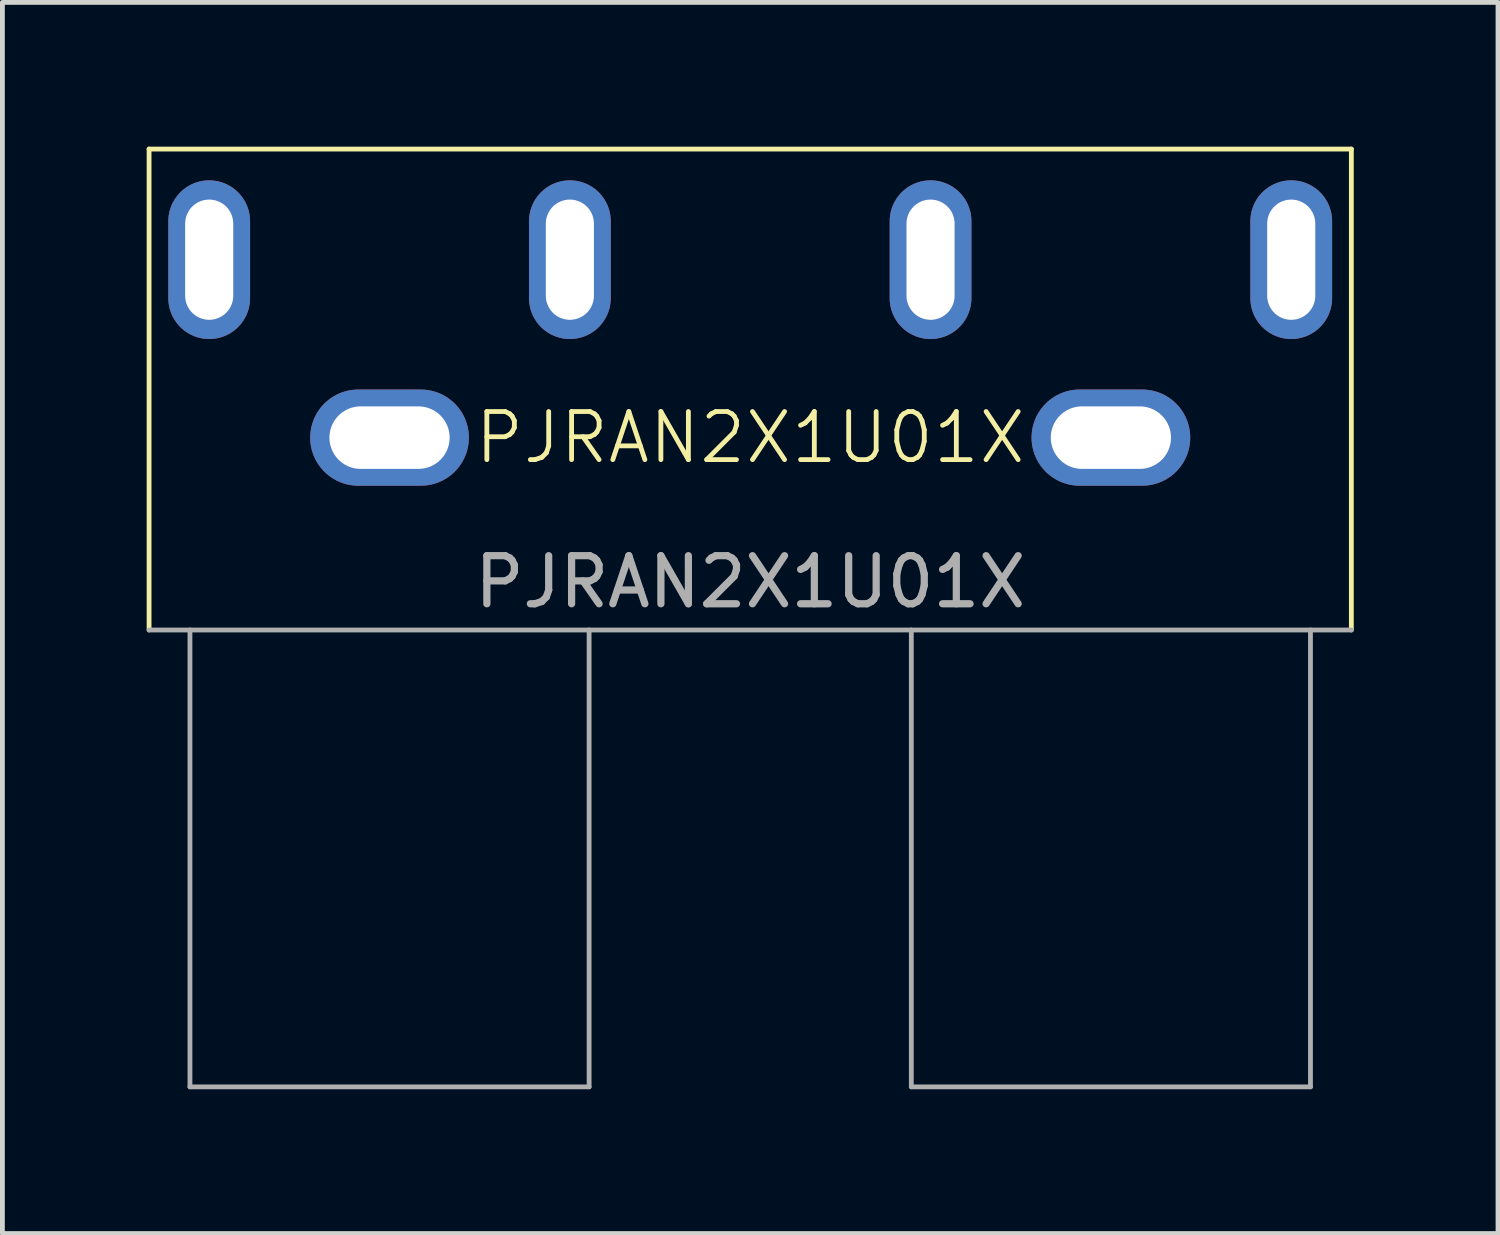
<source format=kicad_pcb>
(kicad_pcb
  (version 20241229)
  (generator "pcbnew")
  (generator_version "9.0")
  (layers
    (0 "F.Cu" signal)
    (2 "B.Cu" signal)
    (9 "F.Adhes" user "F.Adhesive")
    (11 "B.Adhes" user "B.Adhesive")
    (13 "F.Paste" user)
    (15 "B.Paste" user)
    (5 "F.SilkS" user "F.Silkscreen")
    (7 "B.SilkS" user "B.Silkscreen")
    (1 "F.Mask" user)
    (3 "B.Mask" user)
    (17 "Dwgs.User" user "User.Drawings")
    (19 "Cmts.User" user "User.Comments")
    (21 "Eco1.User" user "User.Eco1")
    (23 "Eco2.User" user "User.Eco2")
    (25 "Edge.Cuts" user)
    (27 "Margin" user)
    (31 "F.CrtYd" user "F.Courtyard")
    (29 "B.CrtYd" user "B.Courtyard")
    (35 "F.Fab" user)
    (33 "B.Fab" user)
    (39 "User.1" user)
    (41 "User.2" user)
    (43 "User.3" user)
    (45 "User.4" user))
  (footprint "PJRAN2X1U01X"
    (layer "F.Cu")
    (at 12.55 10.05)
    (property "Reference" "PJRAN2X1U01X" (at 0 -4 0) (unlocked yes) (layer "F.SilkS") (effects (font (size 1 1) (thickness 0.1))))
    (attr through_hole)
    (fp_line (start -12.5 -10) (end -12.5 0) (stroke (width 0.1) (type default)) (layer "F.SilkS"))
    (fp_line (start 12.5 -10) (end -12.5 -10) (stroke (width 0.1) (type default)) (layer "F.SilkS"))
    (fp_line (start 12.5 0) (end 12.5 -10) (stroke (width 0.1) (type default)) (layer "F.SilkS"))
    (fp_line (start -12.5 0) (end 12.5 0) (stroke (width 0.1) (type default)) (layer "F.Fab"))
    (fp_line (start -11.65 0) (end -11.65 9.5) (stroke (width 0.1) (type default)) (layer "F.Fab"))
    (fp_line (start -3.35 0) (end -3.35 9.5) (stroke (width 0.1) (type default)) (layer "F.Fab"))
    (fp_line (start -3.35 9.5) (end -11.65 9.5) (stroke (width 0.1) (type default)) (layer "F.Fab"))
    (fp_line (start 3.35 0) (end 3.35 9.5) (stroke (width 0.1) (type default)) (layer "F.Fab"))
    (fp_line (start 11.65 0) (end 11.65 9.5) (stroke (width 0.1) (type default)) (layer "F.Fab"))
    (fp_line (start 11.65 9.5) (end 3.35 9.5) (stroke (width 0.1) (type default)) (layer "F.Fab"))
    (fp_text user "${REFERENCE}" (at 0 -1 0) (unlocked yes) (layer "F.Fab") (effects (font (size 1 1) (thickness 0.15))))
    (pad "1" thru_hole oval (at 3.75 -7.7 90) (size 3.3 1.7) (drill oval 2.5 1) (layers "*.Cu" "*.Mask"))
    (pad "1" thru_hole oval (at 11.25 -7.7 90) (size 3.3 1.7) (drill oval 2.5 1) (layers "*.Cu" "*.Mask"))
    (pad "2" thru_hole oval (at -11.25 -7.7 90) (size 3.3 1.7) (drill oval 2.5 1) (layers "*.Cu" "*.Mask"))
    (pad "2" thru_hole oval (at -3.75 -7.7 90) (size 3.3 1.7) (drill oval 2.5 1) (layers "*.Cu" "*.Mask"))
    (pad "3" thru_hole oval (at -7.5 -4) (size 3.3 2) (drill oval 2.5 1.3) (layers "*.Cu" "*.Mask"))
    (pad "3" thru_hole oval (at 7.5 -4) (size 3.3 2) (drill oval 2.5 1.3) (layers "*.Cu" "*.Mask")))
  (gr_rect
    (start -3 -3)
    (end 28.1 22.6)
    (stroke (width 0.1) (type default))
    (fill no)
    (layer "Edge.Cuts")))
</source>
